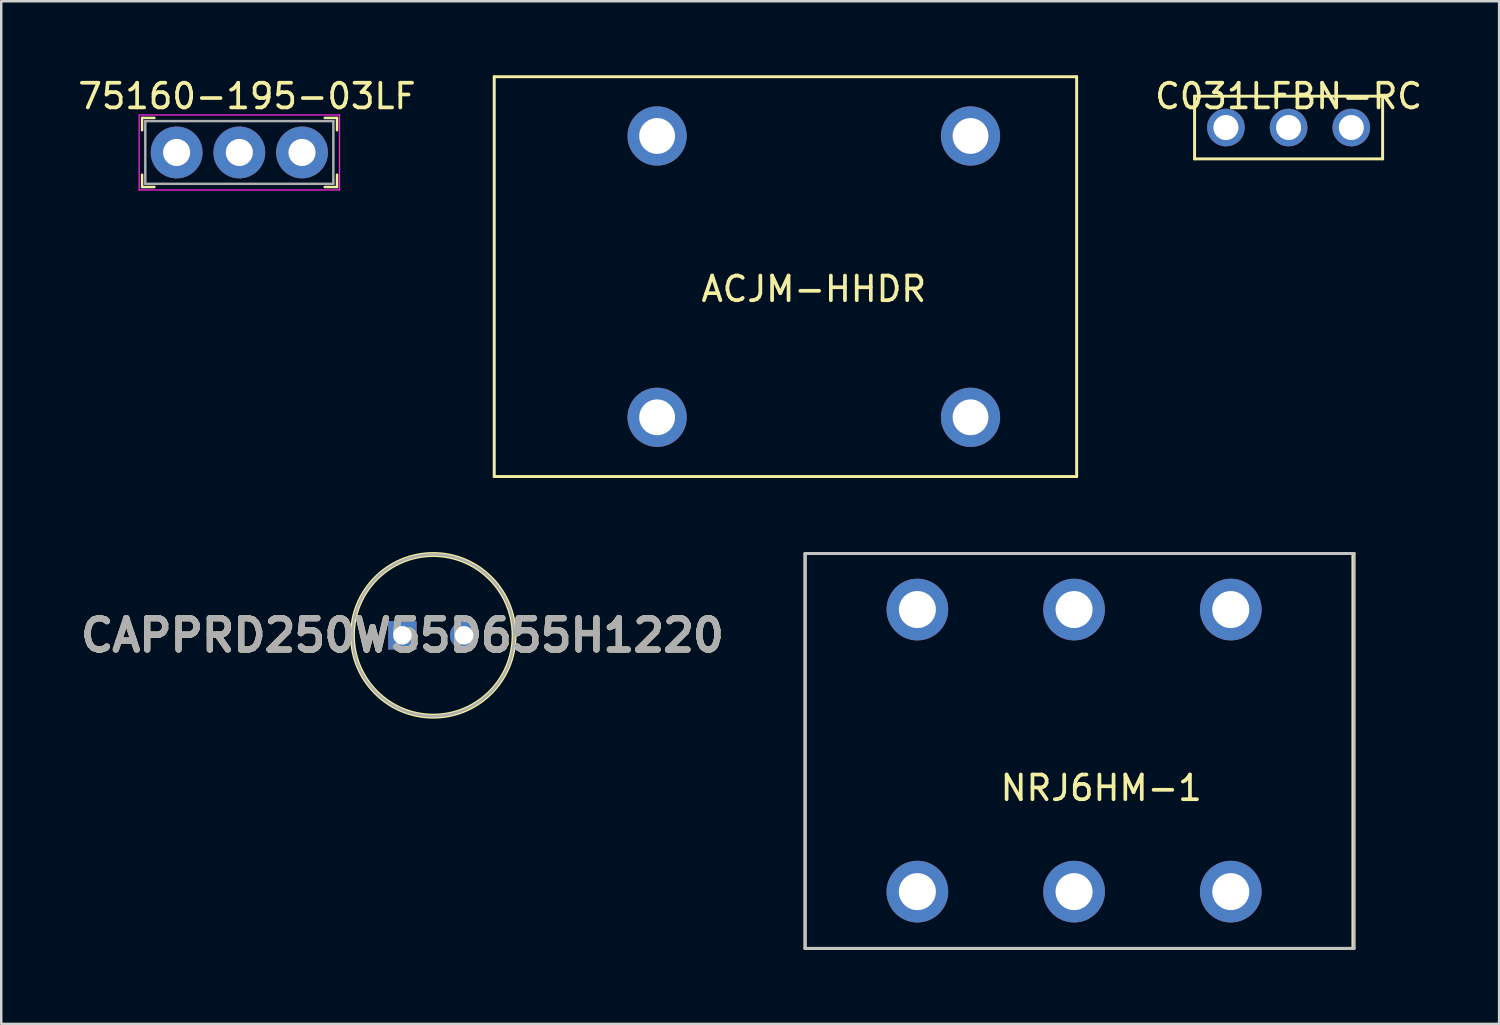
<source format=kicad_pcb>
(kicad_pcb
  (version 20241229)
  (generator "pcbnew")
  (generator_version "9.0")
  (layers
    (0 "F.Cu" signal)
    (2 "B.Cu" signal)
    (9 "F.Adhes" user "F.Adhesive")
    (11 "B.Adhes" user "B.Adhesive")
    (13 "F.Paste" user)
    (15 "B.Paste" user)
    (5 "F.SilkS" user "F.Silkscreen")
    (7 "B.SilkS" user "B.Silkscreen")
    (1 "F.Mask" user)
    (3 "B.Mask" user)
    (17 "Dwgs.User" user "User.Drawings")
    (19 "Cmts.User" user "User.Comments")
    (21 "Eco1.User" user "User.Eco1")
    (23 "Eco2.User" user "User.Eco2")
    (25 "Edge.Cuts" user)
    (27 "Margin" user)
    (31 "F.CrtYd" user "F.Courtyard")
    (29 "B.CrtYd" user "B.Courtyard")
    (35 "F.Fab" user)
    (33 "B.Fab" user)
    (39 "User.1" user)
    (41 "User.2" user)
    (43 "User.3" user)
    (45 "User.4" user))
  (footprint "C031LFBN-RC"
    (layer "F.Cu")
    (at 49.166 2.118)
    (property "Reference" "C031LFBN-RC" (at 0 -1.27 0) (layer "F.SilkS") (effects (font (size 1 1) (thickness 0.15))))
    (attr through_hole)
    (fp_line (start -3.81 -1.27) (end 3.81 -1.27) (stroke (width 0.12) (type solid)) (layer "F.SilkS"))
    (fp_line (start -3.81 1.27) (end -3.81 -1.27) (stroke (width 0.12) (type solid)) (layer "F.SilkS"))
    (fp_line (start 3.81 -1.27) (end 3.81 1.27) (stroke (width 0.12) (type solid)) (layer "F.SilkS"))
    (fp_line (start 3.81 1.27) (end -3.81 1.27) (stroke (width 0.12) (type solid)) (layer "F.SilkS"))
    (pad "1" thru_hole circle (at -2.54 0) (size 1.524 1.524) (drill 1.016) (layers "*.Cu" "*.Mask"))
    (pad "2" thru_hole circle (at 0 0) (size 1.524 1.524) (drill 1.016) (layers "*.Cu" "*.Mask"))
    (pad "3" thru_hole circle (at 2.54 0) (size 1.524 1.524) (drill 1.016) (layers "*.Cu" "*.Mask")))
  (footprint "CAPPRD250W55D655H1220"
    (layer "F.Cu")
    (at 13.256 22.695)
    (property "Reference" "CAPPRD250W55D655H1220" (at 0 0 0) (layer "F.SilkS") (effects (font (size 1.27 1.27) (thickness 0.254))))
    (attr through_hole)
    (fp_circle (center 1.25 0) (end 1.25 3.275) (stroke (width 0.2) (type solid)) (fill no) (layer "F.SilkS"))
    (fp_circle (center 1.25 0) (end 1.25 3.275) (stroke (width 0.1) (type solid)) (fill no) (layer "F.Fab"))
    (fp_text user "${REFERENCE}" (at 0 0 0) (layer "F.Fab") (effects (font (size 1.27 1.27) (thickness 0.254))))
    (pad "1" thru_hole rect (at 0 0) (size 1.15 1.15) (drill 0.75) (layers "*.Cu" "*.Mask"))
    (pad "2" thru_hole circle (at 2.5 0) (size 1.15 1.15) (drill 0.75) (layers "*.Cu" "*.Mask")))
  (footprint "ACJM-HHDR"
    (layer "F.Cu")
    (at 29.927 8.16)
    (property "Reference" "ACJM-HHDR" (at 0 0.5 0) (layer "F.SilkS") (effects (font (size 1 1) (thickness 0.15))))
    (attr through_hole)
    (fp_line (start -12.95 -8.1) (end 10.65 -8.1) (stroke (width 0.12) (type solid)) (layer "F.SilkS"))
    (fp_line (start -12.95 8.1) (end -12.95 -8.1) (stroke (width 0.12) (type solid)) (layer "F.SilkS"))
    (fp_line (start 10.65 -8.1) (end 10.65 8.1) (stroke (width 0.12) (type solid)) (layer "F.SilkS"))
    (fp_line (start 10.65 8.1) (end -12.95 8.1) (stroke (width 0.12) (type solid)) (layer "F.SilkS"))
    (pad "S" thru_hole circle (at 6.35 -5.7) (size 2.4 2.4) (drill 1.45) (layers "*.Cu" "*.Mask"))
    (pad "SN" thru_hole circle (at 6.35 5.7) (size 2.4 2.4) (drill 1.45) (layers "*.Cu" "*.Mask"))
    (pad "T" thru_hole circle (at -6.35 -5.7) (size 2.4 2.4) (drill 1.45) (layers "*.Cu" "*.Mask"))
    (pad "TN" thru_hole circle (at -6.35 5.7) (size 2.4 2.4) (drill 1.45) (layers "*.Cu" "*.Mask")))
  (footprint "75160-195-03LF"
    (layer "F.Cu")
    (at 4.108 3.128)
    (property "Reference" "75160-195-03LF" (at 2.85 -2.28 0) (layer "F.SilkS") (effects (font (size 1 1) (thickness 0.15))))
    (attr through_hole)
    (fp_line (start -1.4 -1.4) (end -1.4 -0.9) (stroke (width 0.1) (type solid)) (layer "F.SilkS"))
    (fp_line (start -1.4 -1.4) (end -0.9 -1.4) (stroke (width 0.1) (type solid)) (layer "F.SilkS"))
    (fp_line (start -1.4 1.4) (end -1.4 0.9) (stroke (width 0.1) (type solid)) (layer "F.SilkS"))
    (fp_line (start -1.4 1.4) (end -0.9 1.4) (stroke (width 0.1) (type solid)) (layer "F.SilkS"))
    (fp_line (start 6.5 -1.4) (end 6 -1.4) (stroke (width 0.1) (type solid)) (layer "F.SilkS"))
    (fp_line (start 6.5 -1.4) (end 6.5 -0.9) (stroke (width 0.1) (type solid)) (layer "F.SilkS"))
    (fp_line (start 6.5 1.4) (end 6 1.4) (stroke (width 0.1) (type solid)) (layer "F.SilkS"))
    (fp_line (start 6.5 1.4) (end 6.5 0.9) (stroke (width 0.1) (type solid)) (layer "F.SilkS"))
    (fp_line (start -1.52 -1.52) (end -1.52 1.52) (stroke (width 0.05) (type solid)) (layer "F.CrtYd"))
    (fp_line (start -1.52 -1.52) (end 6.6 -1.52) (stroke (width 0.05) (type solid)) (layer "F.CrtYd"))
    (fp_line (start -1.52 1.52) (end 6.6 1.52) (stroke (width 0.05) (type solid)) (layer "F.CrtYd"))
    (fp_line (start 6.6 -1.52) (end 6.6 1.52) (stroke (width 0.05) (type solid)) (layer "F.CrtYd"))
    (fp_line (start -1.27 -1.27) (end -1.27 1.27) (stroke (width 0.1) (type solid)) (layer "F.Fab"))
    (fp_line (start -1.27 -1.27) (end 6.35 -1.27) (stroke (width 0.1) (type solid)) (layer "F.Fab"))
    (fp_line (start -1.27 1.27) (end 6.35 1.27) (stroke (width 0.1) (type solid)) (layer "F.Fab"))
    (fp_line (start 6.35 -1.27) (end 6.35 1.27) (stroke (width 0.1) (type solid)) (layer "F.Fab"))
    (pad "1" thru_hole circle (at 0 0) (size 2.1 2.1) (drill 1.1) (layers "*.Cu" "*.Mask"))
    (pad "2" thru_hole circle (at 2.54 0) (size 2.1 2.1) (drill 1.1) (layers "*.Cu" "*.Mask"))
    (pad "3" thru_hole circle (at 5.08 0) (size 2.1 2.1) (drill 1.1) (layers "*.Cu" "*.Mask")))
  (footprint "NRJ6HM-1"
    (layer "F.Cu")
    (at 51.573 28.88)
    (property "Reference" "NRJ6HM-1" (at -10 0 0) (layer "F.SilkS") (effects (font (size 1 1) (thickness 0.15))))
    (attr through_hole)
    (fp_line (start -22 -9.5) (end 0.2 -9.5) (stroke (width 0.12) (type solid)) (layer "F.SilkS"))
    (fp_line (start -22 6.5) (end -22 -9.5) (stroke (width 0.12) (type solid)) (layer "F.SilkS"))
    (fp_line (start 0.2 -9.5) (end 0.2 6.5) (stroke (width 0.12) (type solid)) (layer "F.SilkS"))
    (fp_line (start 0.2 6.5) (end -22 6.5) (stroke (width 0.12) (type solid)) (layer "F.SilkS"))
    (fp_line (start -22 -9.5) (end 0.25 -9.5) (stroke (width 0.12) (type solid)) (layer "Dwgs.User"))
    (fp_line (start -22 6.5) (end -22 -9.5) (stroke (width 0.12) (type solid)) (layer "Dwgs.User"))
    (fp_line (start 0.25 -9.5) (end 0.25 6.5) (stroke (width 0.12) (type solid)) (layer "Dwgs.User"))
    (fp_line (start 0.25 6.5) (end -22 6.5) (stroke (width 0.12) (type solid)) (layer "Dwgs.User"))
    (pad "R" thru_hole circle (at -11.1 -7.23) (size 2.5 2.5) (drill 1.5) (layers "*.Cu" "*.Mask"))
    (pad "RN" thru_hole circle (at -11.1 4.2) (size 2.5 2.5) (drill 1.5) (layers "*.Cu" "*.Mask"))
    (pad "S" thru_hole circle (at -4.75 -7.23) (size 2.5 2.5) (drill 1.5) (layers "*.Cu" "*.Mask"))
    (pad "S" thru_hole circle (at -4.75 4.2) (size 2.5 2.5) (drill 1.5) (layers "*.Cu" "*.Mask"))
    (pad "T" thru_hole circle (at -17.45 -7.23) (size 2.5 2.5) (drill 1.5) (layers "*.Cu" "*.Mask"))
    (pad "TN" thru_hole circle (at -17.45 4.2) (size 2.5 2.5) (drill 1.5) (layers "*.Cu" "*.Mask")))
  (gr_rect
    (start -3 -3)
    (end 57.696 38.44)
    (stroke (width 0.1) (type default))
    (fill no)
    (layer "Edge.Cuts")))
</source>
